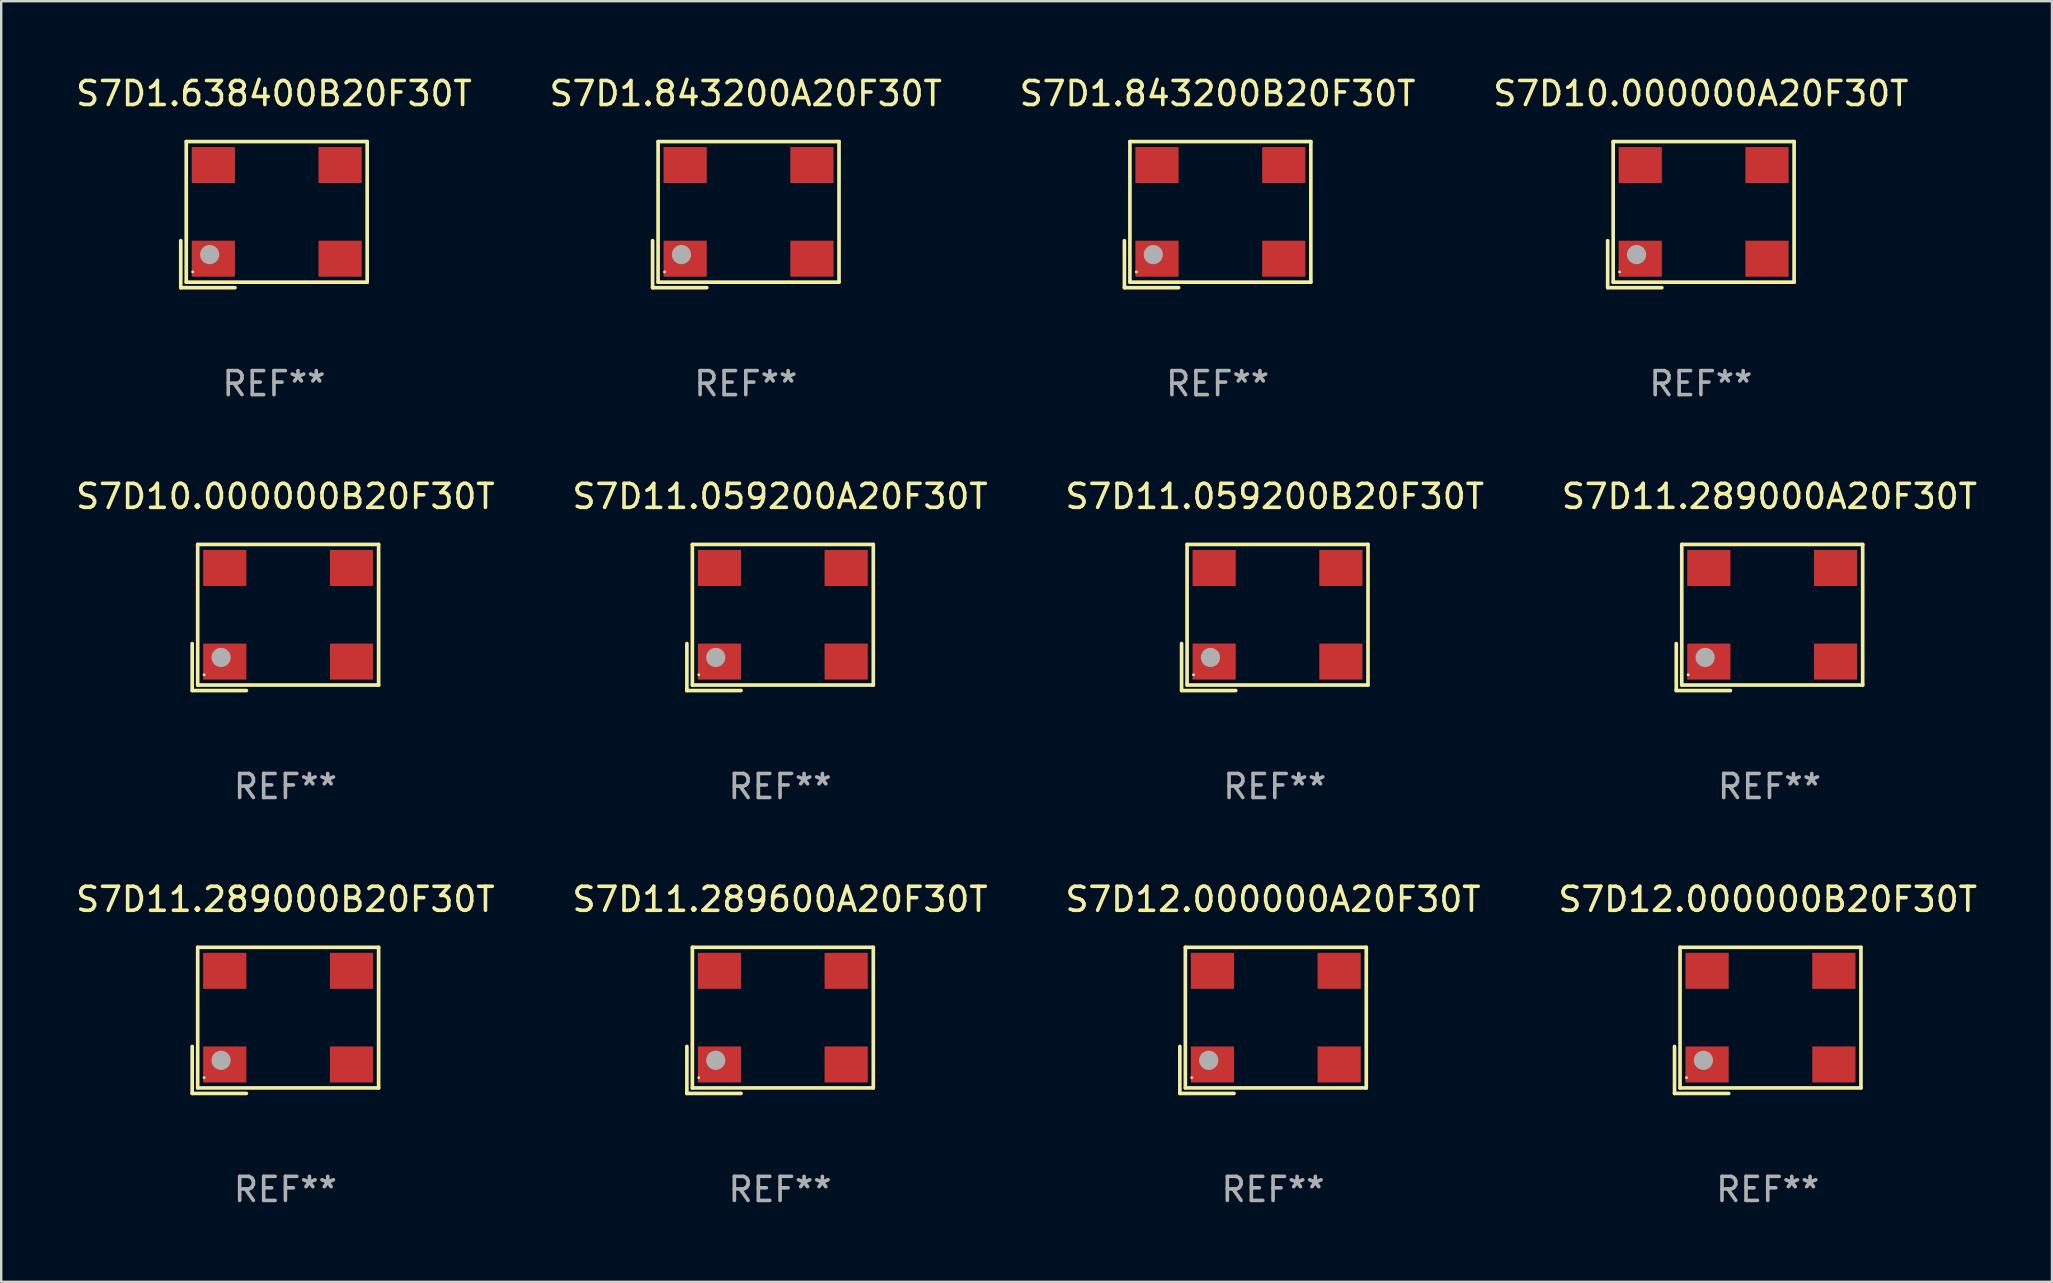
<source format=kicad_pcb>
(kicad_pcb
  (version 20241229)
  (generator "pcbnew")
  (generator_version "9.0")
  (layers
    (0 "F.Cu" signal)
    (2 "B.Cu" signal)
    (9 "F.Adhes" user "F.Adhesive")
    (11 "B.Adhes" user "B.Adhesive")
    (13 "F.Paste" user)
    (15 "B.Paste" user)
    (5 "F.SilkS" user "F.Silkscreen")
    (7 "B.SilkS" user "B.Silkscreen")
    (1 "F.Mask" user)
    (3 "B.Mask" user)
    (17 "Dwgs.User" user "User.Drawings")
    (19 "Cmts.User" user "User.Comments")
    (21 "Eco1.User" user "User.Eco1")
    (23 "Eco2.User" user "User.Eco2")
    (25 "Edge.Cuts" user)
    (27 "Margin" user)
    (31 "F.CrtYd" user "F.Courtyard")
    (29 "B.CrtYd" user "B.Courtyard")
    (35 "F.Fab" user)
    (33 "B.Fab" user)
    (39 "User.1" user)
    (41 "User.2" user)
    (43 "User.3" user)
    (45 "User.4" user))
  (footprint "S7D11.289000A20F30T"
    (layer "F.Cu")
    (at 70.661 22.673)
    (property "Reference" "S7D11.289000A20F30T" (at 0 -5.043 0) (layer "F.SilkS") (effects (font (size 1 1) (thickness 0.15))))
    (attr through_hole)
    (fp_line (start -3.883 1.086) (end -3.883 3.043) (stroke (width 0.152) (type solid)) (layer "F.SilkS"))
    (fp_line (start -3.883 3.043) (end -1.626 3.043) (stroke (width 0.152) (type solid)) (layer "F.SilkS"))
    (fp_line (start -3.654 -3.043) (end 3.883 -3.043) (stroke (width 0.152) (type solid)) (layer "F.SilkS"))
    (fp_line (start -3.654 2.814) (end -3.654 -3.043) (stroke (width 0.152) (type solid)) (layer "F.SilkS"))
    (fp_line (start 3.883 -3.043) (end 3.883 2.814) (stroke (width 0.152) (type solid)) (layer "F.SilkS"))
    (fp_line (start 3.883 2.814) (end -3.654 2.814) (stroke (width 0.152) (type solid)) (layer "F.SilkS"))
    (fp_circle (center -3.386 2.386) (end -3.356 2.386) (stroke (width 0.06) (type solid)) (fill no) (layer "F.SilkS"))
    (fp_circle (center -2.68 1.664) (end -2.48 1.664) (stroke (width 0.4) (type solid)) (fill no) (layer "F.Fab"))
    (fp_text user "REF**" (at 0 7.043 0) (layer "F.Fab") (effects (font (size 1 1) (thickness 0.15))))
    (pad "1" smd rect (at -2.526 1.836) (size 1.8 1.5) (layers "F.Cu" "F.Mask" "F.Paste"))
    (pad "2" smd rect (at 2.754 1.836) (size 1.8 1.5) (layers "F.Cu" "F.Mask" "F.Paste"))
    (pad "3" smd rect (at 2.754 -2.064) (size 1.8 1.5) (layers "F.Cu" "F.Mask" "F.Paste"))
    (pad "4" smd rect (at -2.526 -2.064) (size 1.8 1.5) (layers "F.Cu" "F.Mask" "F.Paste")))
  (footprint "S7D10.000000B20F30T"
    (layer "F.Cu")
    (at 8.839 22.673)
    (property "Reference" "S7D10.000000B20F30T" (at 0 -5.043 0) (layer "F.SilkS") (effects (font (size 1 1) (thickness 0.15))))
    (attr through_hole)
    (fp_line (start -3.883 1.086) (end -3.883 3.043) (stroke (width 0.152) (type solid)) (layer "F.SilkS"))
    (fp_line (start -3.883 3.043) (end -1.626 3.043) (stroke (width 0.152) (type solid)) (layer "F.SilkS"))
    (fp_line (start -3.654 -3.043) (end 3.883 -3.043) (stroke (width 0.152) (type solid)) (layer "F.SilkS"))
    (fp_line (start -3.654 2.814) (end -3.654 -3.043) (stroke (width 0.152) (type solid)) (layer "F.SilkS"))
    (fp_line (start 3.883 -3.043) (end 3.883 2.814) (stroke (width 0.152) (type solid)) (layer "F.SilkS"))
    (fp_line (start 3.883 2.814) (end -3.654 2.814) (stroke (width 0.152) (type solid)) (layer "F.SilkS"))
    (fp_circle (center -3.386 2.386) (end -3.356 2.386) (stroke (width 0.06) (type solid)) (fill no) (layer "F.SilkS"))
    (fp_circle (center -2.68 1.664) (end -2.48 1.664) (stroke (width 0.4) (type solid)) (fill no) (layer "F.Fab"))
    (fp_text user "REF**" (at 0 7.043 0) (layer "F.Fab") (effects (font (size 1 1) (thickness 0.15))))
    (pad "1" smd rect (at -2.526 1.836) (size 1.8 1.5) (layers "F.Cu" "F.Mask" "F.Paste"))
    (pad "2" smd rect (at 2.754 1.836) (size 1.8 1.5) (layers "F.Cu" "F.Mask" "F.Paste"))
    (pad "3" smd rect (at 2.754 -2.064) (size 1.8 1.5) (layers "F.Cu" "F.Mask" "F.Paste"))
    (pad "4" smd rect (at -2.526 -2.064) (size 1.8 1.5) (layers "F.Cu" "F.Mask" "F.Paste")))
  (footprint "S7D1.843200B20F30T"
    (layer "F.Cu")
    (at 47.673 5.891)
    (property "Reference" "S7D1.843200B20F30T" (at 0 -5.043 0) (layer "F.SilkS") (effects (font (size 1 1) (thickness 0.15))))
    (attr through_hole)
    (fp_line (start -3.883 1.086) (end -3.883 3.043) (stroke (width 0.152) (type solid)) (layer "F.SilkS"))
    (fp_line (start -3.883 3.043) (end -1.626 3.043) (stroke (width 0.152) (type solid)) (layer "F.SilkS"))
    (fp_line (start -3.654 -3.043) (end 3.883 -3.043) (stroke (width 0.152) (type solid)) (layer "F.SilkS"))
    (fp_line (start -3.654 2.814) (end -3.654 -3.043) (stroke (width 0.152) (type solid)) (layer "F.SilkS"))
    (fp_line (start 3.883 -3.043) (end 3.883 2.814) (stroke (width 0.152) (type solid)) (layer "F.SilkS"))
    (fp_line (start 3.883 2.814) (end -3.654 2.814) (stroke (width 0.152) (type solid)) (layer "F.SilkS"))
    (fp_circle (center -3.386 2.386) (end -3.356 2.386) (stroke (width 0.06) (type solid)) (fill no) (layer "F.SilkS"))
    (fp_circle (center -2.68 1.664) (end -2.48 1.664) (stroke (width 0.4) (type solid)) (fill no) (layer "F.Fab"))
    (fp_text user "REF**" (at 0 7.043 0) (layer "F.Fab") (effects (font (size 1 1) (thickness 0.15))))
    (pad "1" smd rect (at -2.526 1.836) (size 1.8 1.5) (layers "F.Cu" "F.Mask" "F.Paste"))
    (pad "2" smd rect (at 2.754 1.836) (size 1.8 1.5) (layers "F.Cu" "F.Mask" "F.Paste"))
    (pad "3" smd rect (at 2.754 -2.064) (size 1.8 1.5) (layers "F.Cu" "F.Mask" "F.Paste"))
    (pad "4" smd rect (at -2.526 -2.064) (size 1.8 1.5) (layers "F.Cu" "F.Mask" "F.Paste")))
  (footprint "S7D11.059200A20F30T"
    (layer "F.Cu")
    (at 29.446 22.673)
    (property "Reference" "S7D11.059200A20F30T" (at 0 -5.043 0) (layer "F.SilkS") (effects (font (size 1 1) (thickness 0.15))))
    (attr through_hole)
    (fp_line (start -3.883 1.086) (end -3.883 3.043) (stroke (width 0.152) (type solid)) (layer "F.SilkS"))
    (fp_line (start -3.883 3.043) (end -1.626 3.043) (stroke (width 0.152) (type solid)) (layer "F.SilkS"))
    (fp_line (start -3.654 -3.043) (end 3.883 -3.043) (stroke (width 0.152) (type solid)) (layer "F.SilkS"))
    (fp_line (start -3.654 2.814) (end -3.654 -3.043) (stroke (width 0.152) (type solid)) (layer "F.SilkS"))
    (fp_line (start 3.883 -3.043) (end 3.883 2.814) (stroke (width 0.152) (type solid)) (layer "F.SilkS"))
    (fp_line (start 3.883 2.814) (end -3.654 2.814) (stroke (width 0.152) (type solid)) (layer "F.SilkS"))
    (fp_circle (center -3.386 2.386) (end -3.356 2.386) (stroke (width 0.06) (type solid)) (fill no) (layer "F.SilkS"))
    (fp_circle (center -2.68 1.664) (end -2.48 1.664) (stroke (width 0.4) (type solid)) (fill no) (layer "F.Fab"))
    (fp_text user "REF**" (at 0 7.043 0) (layer "F.Fab") (effects (font (size 1 1) (thickness 0.15))))
    (pad "1" smd rect (at -2.526 1.836) (size 1.8 1.5) (layers "F.Cu" "F.Mask" "F.Paste"))
    (pad "2" smd rect (at 2.754 1.836) (size 1.8 1.5) (layers "F.Cu" "F.Mask" "F.Paste"))
    (pad "3" smd rect (at 2.754 -2.064) (size 1.8 1.5) (layers "F.Cu" "F.Mask" "F.Paste"))
    (pad "4" smd rect (at -2.526 -2.064) (size 1.8 1.5) (layers "F.Cu" "F.Mask" "F.Paste")))
  (footprint "S7D1.638400B20F30T"
    (layer "F.Cu")
    (at 8.363 5.891)
    (property "Reference" "S7D1.638400B20F30T" (at 0 -5.043 0) (layer "F.SilkS") (effects (font (size 1 1) (thickness 0.15))))
    (attr through_hole)
    (fp_line (start -3.883 1.086) (end -3.883 3.043) (stroke (width 0.152) (type solid)) (layer "F.SilkS"))
    (fp_line (start -3.883 3.043) (end -1.626 3.043) (stroke (width 0.152) (type solid)) (layer "F.SilkS"))
    (fp_line (start -3.654 -3.043) (end 3.883 -3.043) (stroke (width 0.152) (type solid)) (layer "F.SilkS"))
    (fp_line (start -3.654 2.814) (end -3.654 -3.043) (stroke (width 0.152) (type solid)) (layer "F.SilkS"))
    (fp_line (start 3.883 -3.043) (end 3.883 2.814) (stroke (width 0.152) (type solid)) (layer "F.SilkS"))
    (fp_line (start 3.883 2.814) (end -3.654 2.814) (stroke (width 0.152) (type solid)) (layer "F.SilkS"))
    (fp_circle (center -3.386 2.386) (end -3.356 2.386) (stroke (width 0.06) (type solid)) (fill no) (layer "F.SilkS"))
    (fp_circle (center -2.68 1.664) (end -2.48 1.664) (stroke (width 0.4) (type solid)) (fill no) (layer "F.Fab"))
    (fp_text user "REF**" (at 0 7.043 0) (layer "F.Fab") (effects (font (size 1 1) (thickness 0.15))))
    (pad "1" smd rect (at -2.526 1.836) (size 1.8 1.5) (layers "F.Cu" "F.Mask" "F.Paste"))
    (pad "2" smd rect (at 2.754 1.836) (size 1.8 1.5) (layers "F.Cu" "F.Mask" "F.Paste"))
    (pad "3" smd rect (at 2.754 -2.064) (size 1.8 1.5) (layers "F.Cu" "F.Mask" "F.Paste"))
    (pad "4" smd rect (at -2.526 -2.064) (size 1.8 1.5) (layers "F.Cu" "F.Mask" "F.Paste")))
  (footprint "S7D10.000000A20F30T"
    (layer "F.Cu")
    (at 67.804 5.891)
    (property "Reference" "S7D10.000000A20F30T" (at 0 -5.043 0) (layer "F.SilkS") (effects (font (size 1 1) (thickness 0.15))))
    (attr through_hole)
    (fp_line (start -3.883 1.086) (end -3.883 3.043) (stroke (width 0.152) (type solid)) (layer "F.SilkS"))
    (fp_line (start -3.883 3.043) (end -1.626 3.043) (stroke (width 0.152) (type solid)) (layer "F.SilkS"))
    (fp_line (start -3.654 -3.043) (end 3.883 -3.043) (stroke (width 0.152) (type solid)) (layer "F.SilkS"))
    (fp_line (start -3.654 2.814) (end -3.654 -3.043) (stroke (width 0.152) (type solid)) (layer "F.SilkS"))
    (fp_line (start 3.883 -3.043) (end 3.883 2.814) (stroke (width 0.152) (type solid)) (layer "F.SilkS"))
    (fp_line (start 3.883 2.814) (end -3.654 2.814) (stroke (width 0.152) (type solid)) (layer "F.SilkS"))
    (fp_circle (center -3.386 2.386) (end -3.356 2.386) (stroke (width 0.06) (type solid)) (fill no) (layer "F.SilkS"))
    (fp_circle (center -2.68 1.664) (end -2.48 1.664) (stroke (width 0.4) (type solid)) (fill no) (layer "F.Fab"))
    (fp_text user "REF**" (at 0 7.043 0) (layer "F.Fab") (effects (font (size 1 1) (thickness 0.15))))
    (pad "1" smd rect (at -2.526 1.836) (size 1.8 1.5) (layers "F.Cu" "F.Mask" "F.Paste"))
    (pad "2" smd rect (at 2.754 1.836) (size 1.8 1.5) (layers "F.Cu" "F.Mask" "F.Paste"))
    (pad "3" smd rect (at 2.754 -2.064) (size 1.8 1.5) (layers "F.Cu" "F.Mask" "F.Paste"))
    (pad "4" smd rect (at -2.526 -2.064) (size 1.8 1.5) (layers "F.Cu" "F.Mask" "F.Paste")))
  (footprint "S7D12.000000B20F30T"
    (layer "F.Cu")
    (at 70.589 39.456)
    (property "Reference" "S7D12.000000B20F30T" (at 0 -5.043 0) (layer "F.SilkS") (effects (font (size 1 1) (thickness 0.15))))
    (attr through_hole)
    (fp_line (start -3.883 1.086) (end -3.883 3.043) (stroke (width 0.152) (type solid)) (layer "F.SilkS"))
    (fp_line (start -3.883 3.043) (end -1.626 3.043) (stroke (width 0.152) (type solid)) (layer "F.SilkS"))
    (fp_line (start -3.654 -3.043) (end 3.883 -3.043) (stroke (width 0.152) (type solid)) (layer "F.SilkS"))
    (fp_line (start -3.654 2.814) (end -3.654 -3.043) (stroke (width 0.152) (type solid)) (layer "F.SilkS"))
    (fp_line (start 3.883 -3.043) (end 3.883 2.814) (stroke (width 0.152) (type solid)) (layer "F.SilkS"))
    (fp_line (start 3.883 2.814) (end -3.654 2.814) (stroke (width 0.152) (type solid)) (layer "F.SilkS"))
    (fp_circle (center -3.386 2.386) (end -3.356 2.386) (stroke (width 0.06) (type solid)) (fill no) (layer "F.SilkS"))
    (fp_circle (center -2.68 1.664) (end -2.48 1.664) (stroke (width 0.4) (type solid)) (fill no) (layer "F.Fab"))
    (fp_text user "REF**" (at 0 7.043 0) (layer "F.Fab") (effects (font (size 1 1) (thickness 0.15))))
    (pad "1" smd rect (at -2.526 1.836) (size 1.8 1.5) (layers "F.Cu" "F.Mask" "F.Paste"))
    (pad "2" smd rect (at 2.754 1.836) (size 1.8 1.5) (layers "F.Cu" "F.Mask" "F.Paste"))
    (pad "3" smd rect (at 2.754 -2.064) (size 1.8 1.5) (layers "F.Cu" "F.Mask" "F.Paste"))
    (pad "4" smd rect (at -2.526 -2.064) (size 1.8 1.5) (layers "F.Cu" "F.Mask" "F.Paste")))
  (footprint "S7D12.000000A20F30T"
    (layer "F.Cu")
    (at 49.982 39.456)
    (property "Reference" "S7D12.000000A20F30T" (at 0 -5.043 0) (layer "F.SilkS") (effects (font (size 1 1) (thickness 0.15))))
    (attr through_hole)
    (fp_line (start -3.883 1.086) (end -3.883 3.043) (stroke (width 0.152) (type solid)) (layer "F.SilkS"))
    (fp_line (start -3.883 3.043) (end -1.626 3.043) (stroke (width 0.152) (type solid)) (layer "F.SilkS"))
    (fp_line (start -3.654 -3.043) (end 3.883 -3.043) (stroke (width 0.152) (type solid)) (layer "F.SilkS"))
    (fp_line (start -3.654 2.814) (end -3.654 -3.043) (stroke (width 0.152) (type solid)) (layer "F.SilkS"))
    (fp_line (start 3.883 -3.043) (end 3.883 2.814) (stroke (width 0.152) (type solid)) (layer "F.SilkS"))
    (fp_line (start 3.883 2.814) (end -3.654 2.814) (stroke (width 0.152) (type solid)) (layer "F.SilkS"))
    (fp_circle (center -3.386 2.386) (end -3.356 2.386) (stroke (width 0.06) (type solid)) (fill no) (layer "F.SilkS"))
    (fp_circle (center -2.68 1.664) (end -2.48 1.664) (stroke (width 0.4) (type solid)) (fill no) (layer "F.Fab"))
    (fp_text user "REF**" (at 0 7.043 0) (layer "F.Fab") (effects (font (size 1 1) (thickness 0.15))))
    (pad "1" smd rect (at -2.526 1.836) (size 1.8 1.5) (layers "F.Cu" "F.Mask" "F.Paste"))
    (pad "2" smd rect (at 2.754 1.836) (size 1.8 1.5) (layers "F.Cu" "F.Mask" "F.Paste"))
    (pad "3" smd rect (at 2.754 -2.064) (size 1.8 1.5) (layers "F.Cu" "F.Mask" "F.Paste"))
    (pad "4" smd rect (at -2.526 -2.064) (size 1.8 1.5) (layers "F.Cu" "F.Mask" "F.Paste")))
  (footprint "S7D1.843200A20F30T"
    (layer "F.Cu")
    (at 28.018 5.891)
    (property "Reference" "S7D1.843200A20F30T" (at 0 -5.043 0) (layer "F.SilkS") (effects (font (size 1 1) (thickness 0.15))))
    (attr through_hole)
    (fp_line (start -3.883 1.086) (end -3.883 3.043) (stroke (width 0.152) (type solid)) (layer "F.SilkS"))
    (fp_line (start -3.883 3.043) (end -1.626 3.043) (stroke (width 0.152) (type solid)) (layer "F.SilkS"))
    (fp_line (start -3.654 -3.043) (end 3.883 -3.043) (stroke (width 0.152) (type solid)) (layer "F.SilkS"))
    (fp_line (start -3.654 2.814) (end -3.654 -3.043) (stroke (width 0.152) (type solid)) (layer "F.SilkS"))
    (fp_line (start 3.883 -3.043) (end 3.883 2.814) (stroke (width 0.152) (type solid)) (layer "F.SilkS"))
    (fp_line (start 3.883 2.814) (end -3.654 2.814) (stroke (width 0.152) (type solid)) (layer "F.SilkS"))
    (fp_circle (center -3.386 2.386) (end -3.356 2.386) (stroke (width 0.06) (type solid)) (fill no) (layer "F.SilkS"))
    (fp_circle (center -2.68 1.664) (end -2.48 1.664) (stroke (width 0.4) (type solid)) (fill no) (layer "F.Fab"))
    (fp_text user "REF**" (at 0 7.043 0) (layer "F.Fab") (effects (font (size 1 1) (thickness 0.15))))
    (pad "1" smd rect (at -2.526 1.836) (size 1.8 1.5) (layers "F.Cu" "F.Mask" "F.Paste"))
    (pad "2" smd rect (at 2.754 1.836) (size 1.8 1.5) (layers "F.Cu" "F.Mask" "F.Paste"))
    (pad "3" smd rect (at 2.754 -2.064) (size 1.8 1.5) (layers "F.Cu" "F.Mask" "F.Paste"))
    (pad "4" smd rect (at -2.526 -2.064) (size 1.8 1.5) (layers "F.Cu" "F.Mask" "F.Paste")))
  (footprint "S7D11.289600A20F30T"
    (layer "F.Cu")
    (at 29.446 39.456)
    (property "Reference" "S7D11.289600A20F30T" (at 0 -5.043 0) (layer "F.SilkS") (effects (font (size 1 1) (thickness 0.15))))
    (attr through_hole)
    (fp_line (start -3.883 1.086) (end -3.883 3.043) (stroke (width 0.152) (type solid)) (layer "F.SilkS"))
    (fp_line (start -3.883 3.043) (end -1.626 3.043) (stroke (width 0.152) (type solid)) (layer "F.SilkS"))
    (fp_line (start -3.654 -3.043) (end 3.883 -3.043) (stroke (width 0.152) (type solid)) (layer "F.SilkS"))
    (fp_line (start -3.654 2.814) (end -3.654 -3.043) (stroke (width 0.152) (type solid)) (layer "F.SilkS"))
    (fp_line (start 3.883 -3.043) (end 3.883 2.814) (stroke (width 0.152) (type solid)) (layer "F.SilkS"))
    (fp_line (start 3.883 2.814) (end -3.654 2.814) (stroke (width 0.152) (type solid)) (layer "F.SilkS"))
    (fp_circle (center -3.386 2.386) (end -3.356 2.386) (stroke (width 0.06) (type solid)) (fill no) (layer "F.SilkS"))
    (fp_circle (center -2.68 1.664) (end -2.48 1.664) (stroke (width 0.4) (type solid)) (fill no) (layer "F.Fab"))
    (fp_text user "REF**" (at 0 7.043 0) (layer "F.Fab") (effects (font (size 1 1) (thickness 0.15))))
    (pad "1" smd rect (at -2.526 1.836) (size 1.8 1.5) (layers "F.Cu" "F.Mask" "F.Paste"))
    (pad "2" smd rect (at 2.754 1.836) (size 1.8 1.5) (layers "F.Cu" "F.Mask" "F.Paste"))
    (pad "3" smd rect (at 2.754 -2.064) (size 1.8 1.5) (layers "F.Cu" "F.Mask" "F.Paste"))
    (pad "4" smd rect (at -2.526 -2.064) (size 1.8 1.5) (layers "F.Cu" "F.Mask" "F.Paste")))
  (footprint "S7D11.059200B20F30T"
    (layer "F.Cu")
    (at 50.054 22.673)
    (property "Reference" "S7D11.059200B20F30T" (at 0 -5.043 0) (layer "F.SilkS") (effects (font (size 1 1) (thickness 0.15))))
    (attr through_hole)
    (fp_line (start -3.883 1.086) (end -3.883 3.043) (stroke (width 0.152) (type solid)) (layer "F.SilkS"))
    (fp_line (start -3.883 3.043) (end -1.626 3.043) (stroke (width 0.152) (type solid)) (layer "F.SilkS"))
    (fp_line (start -3.654 -3.043) (end 3.883 -3.043) (stroke (width 0.152) (type solid)) (layer "F.SilkS"))
    (fp_line (start -3.654 2.814) (end -3.654 -3.043) (stroke (width 0.152) (type solid)) (layer "F.SilkS"))
    (fp_line (start 3.883 -3.043) (end 3.883 2.814) (stroke (width 0.152) (type solid)) (layer "F.SilkS"))
    (fp_line (start 3.883 2.814) (end -3.654 2.814) (stroke (width 0.152) (type solid)) (layer "F.SilkS"))
    (fp_circle (center -3.386 2.386) (end -3.356 2.386) (stroke (width 0.06) (type solid)) (fill no) (layer "F.SilkS"))
    (fp_circle (center -2.68 1.664) (end -2.48 1.664) (stroke (width 0.4) (type solid)) (fill no) (layer "F.Fab"))
    (fp_text user "REF**" (at 0 7.043 0) (layer "F.Fab") (effects (font (size 1 1) (thickness 0.15))))
    (pad "1" smd rect (at -2.526 1.836) (size 1.8 1.5) (layers "F.Cu" "F.Mask" "F.Paste"))
    (pad "2" smd rect (at 2.754 1.836) (size 1.8 1.5) (layers "F.Cu" "F.Mask" "F.Paste"))
    (pad "3" smd rect (at 2.754 -2.064) (size 1.8 1.5) (layers "F.Cu" "F.Mask" "F.Paste"))
    (pad "4" smd rect (at -2.526 -2.064) (size 1.8 1.5) (layers "F.Cu" "F.Mask" "F.Paste")))
  (footprint "S7D11.289000B20F30T"
    (layer "F.Cu")
    (at 8.839 39.456)
    (property "Reference" "S7D11.289000B20F30T" (at 0 -5.043 0) (layer "F.SilkS") (effects (font (size 1 1) (thickness 0.15))))
    (attr through_hole)
    (fp_line (start -3.883 1.086) (end -3.883 3.043) (stroke (width 0.152) (type solid)) (layer "F.SilkS"))
    (fp_line (start -3.883 3.043) (end -1.626 3.043) (stroke (width 0.152) (type solid)) (layer "F.SilkS"))
    (fp_line (start -3.654 -3.043) (end 3.883 -3.043) (stroke (width 0.152) (type solid)) (layer "F.SilkS"))
    (fp_line (start -3.654 2.814) (end -3.654 -3.043) (stroke (width 0.152) (type solid)) (layer "F.SilkS"))
    (fp_line (start 3.883 -3.043) (end 3.883 2.814) (stroke (width 0.152) (type solid)) (layer "F.SilkS"))
    (fp_line (start 3.883 2.814) (end -3.654 2.814) (stroke (width 0.152) (type solid)) (layer "F.SilkS"))
    (fp_circle (center -3.386 2.386) (end -3.356 2.386) (stroke (width 0.06) (type solid)) (fill no) (layer "F.SilkS"))
    (fp_circle (center -2.68 1.664) (end -2.48 1.664) (stroke (width 0.4) (type solid)) (fill no) (layer "F.Fab"))
    (fp_text user "REF**" (at 0 7.043 0) (layer "F.Fab") (effects (font (size 1 1) (thickness 0.15))))
    (pad "1" smd rect (at -2.526 1.836) (size 1.8 1.5) (layers "F.Cu" "F.Mask" "F.Paste"))
    (pad "2" smd rect (at 2.754 1.836) (size 1.8 1.5) (layers "F.Cu" "F.Mask" "F.Paste"))
    (pad "3" smd rect (at 2.754 -2.064) (size 1.8 1.5) (layers "F.Cu" "F.Mask" "F.Paste"))
    (pad "4" smd rect (at -2.526 -2.064) (size 1.8 1.5) (layers "F.Cu" "F.Mask" "F.Paste")))
  (gr_rect
    (start -3 -3)
    (end 82.429 50.347)
    (stroke (width 0.1) (type default))
    (fill no)
    (layer "Edge.Cuts")))
</source>
